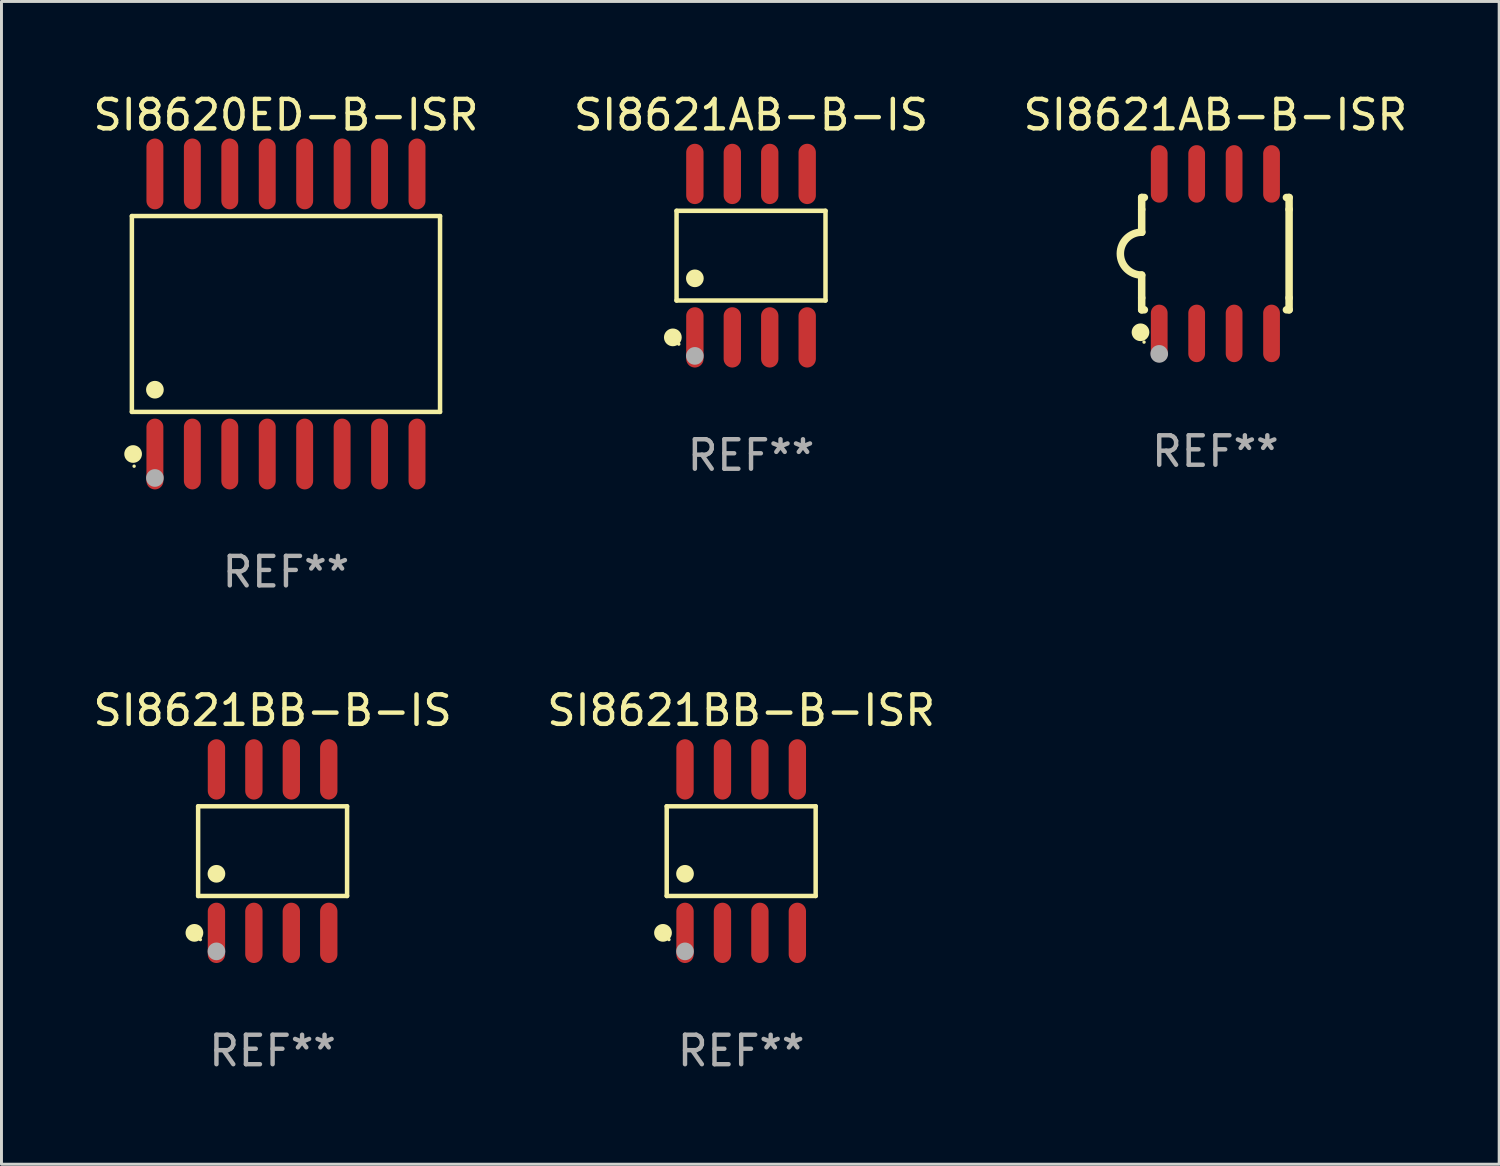
<source format=kicad_pcb>
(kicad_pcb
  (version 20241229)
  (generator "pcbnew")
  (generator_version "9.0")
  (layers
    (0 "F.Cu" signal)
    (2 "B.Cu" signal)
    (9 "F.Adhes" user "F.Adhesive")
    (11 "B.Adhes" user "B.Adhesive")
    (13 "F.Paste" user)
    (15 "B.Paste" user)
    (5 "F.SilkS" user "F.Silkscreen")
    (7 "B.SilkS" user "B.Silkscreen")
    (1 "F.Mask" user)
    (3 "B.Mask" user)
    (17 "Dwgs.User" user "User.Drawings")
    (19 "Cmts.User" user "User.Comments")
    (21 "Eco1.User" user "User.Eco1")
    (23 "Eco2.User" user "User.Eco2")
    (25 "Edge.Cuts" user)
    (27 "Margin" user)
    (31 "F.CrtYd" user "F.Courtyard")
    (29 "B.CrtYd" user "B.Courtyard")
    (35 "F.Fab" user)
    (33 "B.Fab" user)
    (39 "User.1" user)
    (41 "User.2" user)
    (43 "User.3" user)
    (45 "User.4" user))
  (footprint "SI8621AB-B-IS"
    (layer "F.Cu")
    (at 22.423 5.621)
    (property "Reference" "SI8621AB-B-IS" (at 0 -4.772 0) (layer "F.SilkS") (effects (font (size 1 1) (thickness 0.15))))
    (attr through_hole)
    (fp_line (start -2.526 -1.521) (end 2.526 -1.521) (stroke (width 0.152) (type solid)) (layer "F.SilkS"))
    (fp_line (start -2.526 1.521) (end -2.526 -1.521) (stroke (width 0.152) (type solid)) (layer "F.SilkS"))
    (fp_line (start 2.526 -1.521) (end 2.526 1.521) (stroke (width 0.152) (type solid)) (layer "F.SilkS"))
    (fp_line (start 2.526 1.521) (end -2.526 1.521) (stroke (width 0.152) (type solid)) (layer "F.SilkS"))
    (fp_circle (center -2.652 2.772) (end -2.501 2.772) (stroke (width 0.3) (type solid)) (fill no) (layer "F.SilkS"))
    (fp_circle (center -2.45 3) (end -2.42 3) (stroke (width 0.06) (type solid)) (fill no) (layer "F.SilkS"))
    (fp_circle (center -1.905 0.769) (end -1.755 0.769) (stroke (width 0.3) (type solid)) (fill no) (layer "F.SilkS"))
    (fp_circle (center -1.905 3.4) (end -1.755 3.4) (stroke (width 0.3) (type solid)) (fill no) (layer "F.Fab"))
    (fp_text user "REF**" (at 0 6.772 0) (layer "F.Fab") (effects (font (size 1 1) (thickness 0.15))))
    (pad "1" smd oval (at -1.905 2.772) (size 0.588 2.045) (layers "F.Cu" "F.Mask" "F.Paste"))
    (pad "2" smd oval (at -0.635 2.772) (size 0.588 2.045) (layers "F.Cu" "F.Mask" "F.Paste"))
    (pad "3" smd oval (at 0.635 2.772) (size 0.588 2.045) (layers "F.Cu" "F.Mask" "F.Paste"))
    (pad "4" smd oval (at 1.905 2.772) (size 0.588 2.045) (layers "F.Cu" "F.Mask" "F.Paste"))
    (pad "5" smd oval (at 1.905 -2.772) (size 0.588 2.045) (layers "F.Cu" "F.Mask" "F.Paste"))
    (pad "6" smd oval (at 0.635 -2.772) (size 0.588 2.045) (layers "F.Cu" "F.Mask" "F.Paste"))
    (pad "7" smd oval (at -0.635 -2.772) (size 0.588 2.045) (layers "F.Cu" "F.Mask" "F.Paste"))
    (pad "8" smd oval (at -1.905 -2.772) (size 0.588 2.045) (layers "F.Cu" "F.Mask" "F.Paste")))
  (footprint "SI8621BB-B-ISR"
    (layer "F.Cu")
    (at 22.089 25.818)
    (property "Reference" "SI8621BB-B-ISR" (at 0 -4.772 0) (layer "F.SilkS") (effects (font (size 1 1) (thickness 0.15))))
    (attr through_hole)
    (fp_line (start -2.526 -1.521) (end 2.526 -1.521) (stroke (width 0.152) (type solid)) (layer "F.SilkS"))
    (fp_line (start -2.526 1.521) (end -2.526 -1.521) (stroke (width 0.152) (type solid)) (layer "F.SilkS"))
    (fp_line (start 2.526 -1.521) (end 2.526 1.521) (stroke (width 0.152) (type solid)) (layer "F.SilkS"))
    (fp_line (start 2.526 1.521) (end -2.526 1.521) (stroke (width 0.152) (type solid)) (layer "F.SilkS"))
    (fp_circle (center -2.652 2.772) (end -2.501 2.772) (stroke (width 0.3) (type solid)) (fill no) (layer "F.SilkS"))
    (fp_circle (center -2.45 3) (end -2.42 3) (stroke (width 0.06) (type solid)) (fill no) (layer "F.SilkS"))
    (fp_circle (center -1.905 0.769) (end -1.755 0.769) (stroke (width 0.3) (type solid)) (fill no) (layer "F.SilkS"))
    (fp_circle (center -1.905 3.4) (end -1.755 3.4) (stroke (width 0.3) (type solid)) (fill no) (layer "F.Fab"))
    (fp_text user "REF**" (at 0 6.772 0) (layer "F.Fab") (effects (font (size 1 1) (thickness 0.15))))
    (pad "1" smd oval (at -1.905 2.772) (size 0.588 2.045) (layers "F.Cu" "F.Mask" "F.Paste"))
    (pad "2" smd oval (at -0.635 2.772) (size 0.588 2.045) (layers "F.Cu" "F.Mask" "F.Paste"))
    (pad "3" smd oval (at 0.635 2.772) (size 0.588 2.045) (layers "F.Cu" "F.Mask" "F.Paste"))
    (pad "4" smd oval (at 1.905 2.772) (size 0.588 2.045) (layers "F.Cu" "F.Mask" "F.Paste"))
    (pad "5" smd oval (at 1.905 -2.772) (size 0.588 2.045) (layers "F.Cu" "F.Mask" "F.Paste"))
    (pad "6" smd oval (at 0.635 -2.772) (size 0.588 2.045) (layers "F.Cu" "F.Mask" "F.Paste"))
    (pad "7" smd oval (at -0.635 -2.772) (size 0.588 2.045) (layers "F.Cu" "F.Mask" "F.Paste"))
    (pad "8" smd oval (at -1.905 -2.772) (size 0.588 2.045) (layers "F.Cu" "F.Mask" "F.Paste")))
  (footprint "SI8620ED-B-ISR"
    (layer "F.Cu")
    (at 6.649 7.599)
    (property "Reference" "SI8620ED-B-ISR" (at 0 -6.75 0) (layer "F.SilkS") (effects (font (size 1 1) (thickness 0.15))))
    (attr through_hole)
    (fp_line (start -5.226 -3.321) (end 5.226 -3.321) (stroke (width 0.152) (type solid)) (layer "F.SilkS"))
    (fp_line (start -5.226 3.321) (end -5.226 -3.321) (stroke (width 0.152) (type solid)) (layer "F.SilkS"))
    (fp_line (start 5.226 -3.321) (end 5.226 3.321) (stroke (width 0.152) (type solid)) (layer "F.SilkS"))
    (fp_line (start 5.226 3.321) (end -5.226 3.321) (stroke (width 0.152) (type solid)) (layer "F.SilkS"))
    (fp_circle (center -5.184 4.75) (end -5.034 4.75) (stroke (width 0.3) (type solid)) (fill no) (layer "F.SilkS"))
    (fp_circle (center -5.15 5.163) (end -5.12 5.163) (stroke (width 0.06) (type solid)) (fill no) (layer "F.SilkS"))
    (fp_circle (center -4.445 2.569) (end -4.295 2.569) (stroke (width 0.3) (type solid)) (fill no) (layer "F.SilkS"))
    (fp_circle (center -4.445 5.563) (end -4.295 5.563) (stroke (width 0.3) (type solid)) (fill no) (layer "F.Fab"))
    (fp_text user "REF**" (at 0 8.75 0) (layer "F.Fab") (effects (font (size 1 1) (thickness 0.15))))
    (pad "1" smd oval (at -4.445 4.75) (size 0.574 2.401) (layers "F.Cu" "F.Mask" "F.Paste"))
    (pad "2" smd oval (at -3.175 4.75) (size 0.574 2.401) (layers "F.Cu" "F.Mask" "F.Paste"))
    (pad "3" smd oval (at -1.905 4.75) (size 0.574 2.401) (layers "F.Cu" "F.Mask" "F.Paste"))
    (pad "4" smd oval (at -0.635 4.75) (size 0.574 2.401) (layers "F.Cu" "F.Mask" "F.Paste"))
    (pad "5" smd oval (at 0.635 4.75) (size 0.574 2.401) (layers "F.Cu" "F.Mask" "F.Paste"))
    (pad "6" smd oval (at 1.905 4.75) (size 0.574 2.401) (layers "F.Cu" "F.Mask" "F.Paste"))
    (pad "7" smd oval (at 3.175 4.75) (size 0.574 2.401) (layers "F.Cu" "F.Mask" "F.Paste"))
    (pad "8" smd oval (at 4.445 4.75) (size 0.574 2.401) (layers "F.Cu" "F.Mask" "F.Paste"))
    (pad "9" smd oval (at 4.445 -4.75) (size 0.574 2.401) (layers "F.Cu" "F.Mask" "F.Paste"))
    (pad "10" smd oval (at 3.175 -4.75) (size 0.574 2.401) (layers "F.Cu" "F.Mask" "F.Paste"))
    (pad "11" smd oval (at 1.905 -4.75) (size 0.574 2.401) (layers "F.Cu" "F.Mask" "F.Paste"))
    (pad "12" smd oval (at 0.635 -4.75) (size 0.574 2.401) (layers "F.Cu" "F.Mask" "F.Paste"))
    (pad "13" smd oval (at -0.635 -4.75) (size 0.574 2.401) (layers "F.Cu" "F.Mask" "F.Paste"))
    (pad "14" smd oval (at -1.905 -4.75) (size 0.574 2.401) (layers "F.Cu" "F.Mask" "F.Paste"))
    (pad "15" smd oval (at -3.175 -4.75) (size 0.574 2.401) (layers "F.Cu" "F.Mask" "F.Paste"))
    (pad "16" smd oval (at -4.445 -4.75) (size 0.574 2.401) (layers "F.Cu" "F.Mask" "F.Paste")))
  (footprint "SI8621AB-B-ISR"
    (layer "F.Cu")
    (at 38.173 5.553)
    (property "Reference" "SI8621AB-B-ISR" (at 0 -4.705 0) (layer "F.SilkS") (effects (font (size 1 1) (thickness 0.15))))
    (attr through_hole)
    (fp_line (start -2.5 -1.905) (end -2.409 -1.905) (stroke (width 0.254) (type solid)) (layer "F.SilkS"))
    (fp_line (start -2.5 -1.5) (end -2.5 -1.905) (stroke (width 0.254) (type solid)) (layer "F.SilkS"))
    (fp_line (start -2.5 -1.5) (end -2.5 -0.726) (stroke (width 0.254) (type solid)) (layer "F.SilkS"))
    (fp_line (start -2.5 1.5) (end -2.5 0.727) (stroke (width 0.254) (type solid)) (layer "F.SilkS"))
    (fp_line (start -2.5 1.5) (end -2.5 1.905) (stroke (width 0.254) (type solid)) (layer "F.SilkS"))
    (fp_line (start -2.5 1.905) (end -2.409 1.905) (stroke (width 0.254) (type solid)) (layer "F.SilkS"))
    (fp_line (start 2.5 -1.905) (end 2.409 -1.905) (stroke (width 0.254) (type solid)) (layer "F.SilkS"))
    (fp_line (start 2.5 -1.5) (end 2.5 -1.905) (stroke (width 0.254) (type solid)) (layer "F.SilkS"))
    (fp_line (start 2.5 -1.5) (end 2.5 1.5) (stroke (width 0.254) (type solid)) (layer "F.SilkS"))
    (fp_line (start 2.5 1.5) (end 2.5 1.905) (stroke (width 0.254) (type solid)) (layer "F.SilkS"))
    (fp_line (start 2.5 1.905) (end 2.409 1.905) (stroke (width 0.254) (type solid)) (layer "F.SilkS"))
    (fp_arc (start -2.5 0.726568) (mid -3.220316 -0.0023) (end -2.495097 -0.726289) (stroke (width 0.254001) (type solid)) (layer "F.SilkS"))
    (fp_circle (center -2.54 2.667) (end -2.39 2.667) (stroke (width 0.3) (type solid)) (fill no) (layer "F.SilkS"))
    (fp_circle (center -2.42 3) (end -2.39 3) (stroke (width 0.06) (type solid)) (fill no) (layer "F.SilkS"))
    (fp_circle (center -1.905 3.4) (end -1.755 3.4) (stroke (width 0.3) (type solid)) (fill no) (layer "F.Fab"))
    (fp_text user "REF**" (at 0 6.705 0) (layer "F.Fab") (effects (font (size 1 1) (thickness 0.15))))
    (pad "1" smd oval (at -1.905 2.705) (size 0.568 1.95) (layers "F.Cu" "F.Mask" "F.Paste"))
    (pad "2" smd oval (at -0.635 2.705) (size 0.568 1.95) (layers "F.Cu" "F.Mask" "F.Paste"))
    (pad "3" smd oval (at 0.635 2.705) (size 0.568 1.95) (layers "F.Cu" "F.Mask" "F.Paste"))
    (pad "4" smd oval (at 1.905 2.705) (size 0.568 1.95) (layers "F.Cu" "F.Mask" "F.Paste"))
    (pad "5" smd oval (at 1.905 -2.705) (size 0.568 1.95) (layers "F.Cu" "F.Mask" "F.Paste"))
    (pad "6" smd oval (at 0.635 -2.705) (size 0.568 1.95) (layers "F.Cu" "F.Mask" "F.Paste"))
    (pad "7" smd oval (at -0.635 -2.705) (size 0.568 1.95) (layers "F.Cu" "F.Mask" "F.Paste"))
    (pad "8" smd oval (at -1.905 -2.705) (size 0.568 1.95) (layers "F.Cu" "F.Mask" "F.Paste")))
  (footprint "SI8621BB-B-IS"
    (layer "F.Cu")
    (at 6.196 25.818)
    (property "Reference" "SI8621BB-B-IS" (at 0 -4.772 0) (layer "F.SilkS") (effects (font (size 1 1) (thickness 0.15))))
    (attr through_hole)
    (fp_line (start -2.526 -1.521) (end 2.526 -1.521) (stroke (width 0.152) (type solid)) (layer "F.SilkS"))
    (fp_line (start -2.526 1.521) (end -2.526 -1.521) (stroke (width 0.152) (type solid)) (layer "F.SilkS"))
    (fp_line (start 2.526 -1.521) (end 2.526 1.521) (stroke (width 0.152) (type solid)) (layer "F.SilkS"))
    (fp_line (start 2.526 1.521) (end -2.526 1.521) (stroke (width 0.152) (type solid)) (layer "F.SilkS"))
    (fp_circle (center -2.652 2.772) (end -2.501 2.772) (stroke (width 0.3) (type solid)) (fill no) (layer "F.SilkS"))
    (fp_circle (center -2.45 3) (end -2.42 3) (stroke (width 0.06) (type solid)) (fill no) (layer "F.SilkS"))
    (fp_circle (center -1.905 0.769) (end -1.755 0.769) (stroke (width 0.3) (type solid)) (fill no) (layer "F.SilkS"))
    (fp_circle (center -1.905 3.4) (end -1.755 3.4) (stroke (width 0.3) (type solid)) (fill no) (layer "F.Fab"))
    (fp_text user "REF**" (at 0 6.772 0) (layer "F.Fab") (effects (font (size 1 1) (thickness 0.15))))
    (pad "1" smd oval (at -1.905 2.772) (size 0.588 2.045) (layers "F.Cu" "F.Mask" "F.Paste"))
    (pad "2" smd oval (at -0.635 2.772) (size 0.588 2.045) (layers "F.Cu" "F.Mask" "F.Paste"))
    (pad "3" smd oval (at 0.635 2.772) (size 0.588 2.045) (layers "F.Cu" "F.Mask" "F.Paste"))
    (pad "4" smd oval (at 1.905 2.772) (size 0.588 2.045) (layers "F.Cu" "F.Mask" "F.Paste"))
    (pad "5" smd oval (at 1.905 -2.772) (size 0.588 2.045) (layers "F.Cu" "F.Mask" "F.Paste"))
    (pad "6" smd oval (at 0.635 -2.772) (size 0.588 2.045) (layers "F.Cu" "F.Mask" "F.Paste"))
    (pad "7" smd oval (at -0.635 -2.772) (size 0.588 2.045) (layers "F.Cu" "F.Mask" "F.Paste"))
    (pad "8" smd oval (at -1.905 -2.772) (size 0.588 2.045) (layers "F.Cu" "F.Mask" "F.Paste")))
  (gr_rect
    (start -3 -3)
    (end 47.798 36.438)
    (stroke (width 0.1) (type default))
    (fill no)
    (layer "Edge.Cuts")))
</source>
